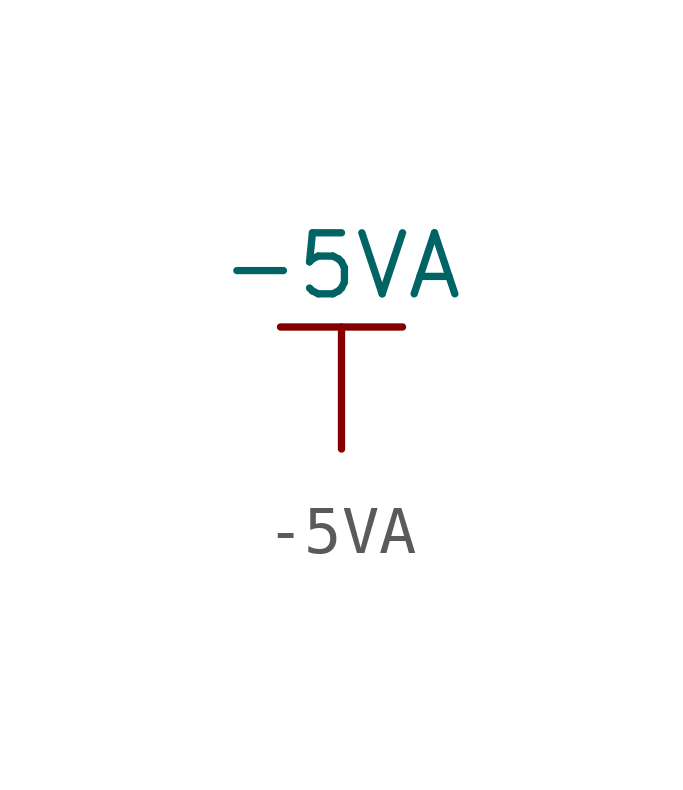
<source format=kicad_sym>
(kicad_symbol_lib
  (version 20220914)
  (generator kicad_symbol_editor)
  (symbol "-5VA"
    (power)
    (pin_names
      (offset 0))
    (property "Reference" "#PWR"
      (at 0 2.54 0)
      (effects (font (size 1.27 1.27)) hide))
    (property "Value" "-5VA"
      (at 0 3.81 0)
      (effects (font (size 1.27 1.27))))
    (symbol "-5VA_0_0"
      (pin power_in line (at 0 0 90) (length 0) hide (name "-5VA" (effects (font (size 1.27 1.27)))) (number "1" (effects (font (size 1.27 1.27))))))
    (symbol "-5VA_0_1"
      (polyline (pts (xy -1.27 2.54) (xy 1.27 2.54)) (stroke (width 0) (type solid)) (fill (type none)))
      (polyline (pts (xy 0 0) (xy 0 2.54)) (stroke (width 0) (type solid)) (fill (type none))))))
</source>
